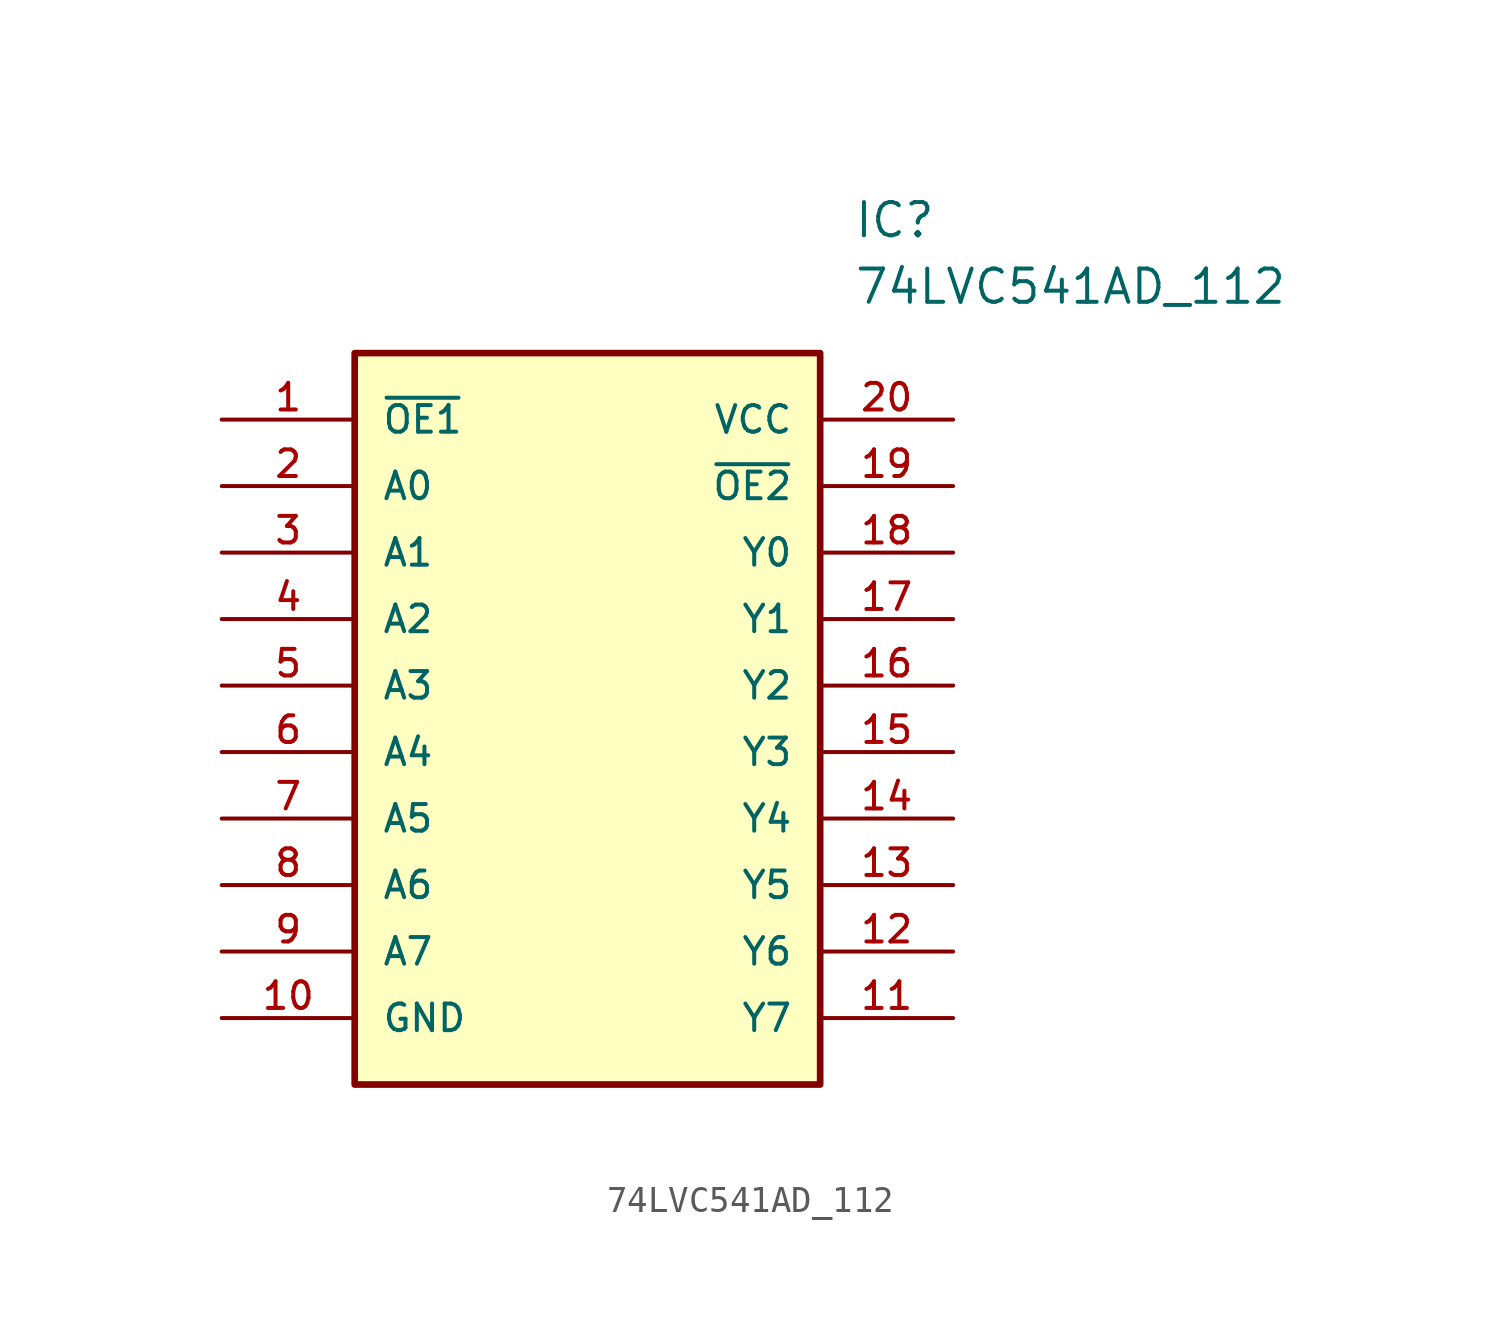
<source format=kicad_sym>
(kicad_symbol_lib
  (version 20231120)
  (generator "kicad_symbol_editor")
  (generator_version "8.0")
  (symbol "74LVC541AD_112"
    (pin_names
      (offset 1.016))
    (property "Reference" "IC"
      (at 24.13 7.62 0)
      (effects (font (size 1.27 1.27)) (justify left)))
    (property "Value" "74LVC541AD_112"
      (at 24.13 5.08 0)
      (effects (font (size 1.27 1.27)) (justify left)))
    (symbol "74LVC541AD_112_0_0"
      (rectangle (start 5.08 2.54) (end 22.86 -25.4) (stroke (width 0.254) (type default)) (fill (type background)))
      (pin bidirectional line (at 27.94 -22.86 180) (length 5.08) (name "Y7" (effects (font (size 1.016 1.016)))) (number "11" (effects (font (size 1.016 1.016)))))
      (pin bidirectional line (at 27.94 -20.32 180) (length 5.08) (name "Y6" (effects (font (size 1.016 1.016)))) (number "12" (effects (font (size 1.016 1.016)))))
      (pin bidirectional line (at 27.94 -17.78 180) (length 5.08) (name "Y5" (effects (font (size 1.016 1.016)))) (number "13" (effects (font (size 1.016 1.016)))))
      (pin bidirectional line (at 27.94 -15.24 180) (length 5.08) (name "Y4" (effects (font (size 1.016 1.016)))) (number "14" (effects (font (size 1.016 1.016)))))
      (pin bidirectional line (at 27.94 -12.7 180) (length 5.08) (name "Y3" (effects (font (size 1.016 1.016)))) (number "15" (effects (font (size 1.016 1.016)))))
      (pin bidirectional line (at 27.94 -10.16 180) (length 5.08) (name "Y2" (effects (font (size 1.016 1.016)))) (number "16" (effects (font (size 1.016 1.016)))))
      (pin bidirectional line (at 27.94 -7.62 180) (length 5.08) (name "Y1" (effects (font (size 1.016 1.016)))) (number "17" (effects (font (size 1.016 1.016)))))
      (pin bidirectional line (at 27.94 -5.08 180) (length 5.08) (name "Y0" (effects (font (size 1.016 1.016)))) (number "18" (effects (font (size 1.016 1.016)))))
      (pin bidirectional line (at 0 -2.54 0) (length 5.08) (name "A0" (effects (font (size 1.016 1.016)))) (number "2" (effects (font (size 1.016 1.016)))))
      (pin bidirectional line (at 0 -5.08 0) (length 5.08) (name "A1" (effects (font (size 1.016 1.016)))) (number "3" (effects (font (size 1.016 1.016)))))
      (pin bidirectional line (at 0 -7.62 0) (length 5.08) (name "A2" (effects (font (size 1.016 1.016)))) (number "4" (effects (font (size 1.016 1.016)))))
      (pin bidirectional line (at 0 -10.16 0) (length 5.08) (name "A3" (effects (font (size 1.016 1.016)))) (number "5" (effects (font (size 1.016 1.016)))))
      (pin bidirectional line (at 0 -12.7 0) (length 5.08) (name "A4" (effects (font (size 1.016 1.016)))) (number "6" (effects (font (size 1.016 1.016)))))
      (pin bidirectional line (at 0 -15.24 0) (length 5.08) (name "A5" (effects (font (size 1.016 1.016)))) (number "7" (effects (font (size 1.016 1.016)))))
      (pin bidirectional line (at 0 -17.78 0) (length 5.08) (name "A6" (effects (font (size 1.016 1.016)))) (number "8" (effects (font (size 1.016 1.016)))))
      (pin bidirectional line (at 0 -20.32 0) (length 5.08) (name "A7" (effects (font (size 1.016 1.016)))) (number "9" (effects (font (size 1.016 1.016))))))
    (symbol "74LVC541AD_112_1_0"
      (pin passive line (at 0 0 0) (length 5.08) (name "~{OE1}" (effects (font (size 1.016 1.016)))) (number "1" (effects (font (size 1.016 1.016)))))
      (pin power_in line (at 0 -22.86 0) (length 5.08) (name "GND" (effects (font (size 1.016 1.016)))) (number "10" (effects (font (size 1.016 1.016)))))
      (pin passive line (at 27.94 -2.54 180) (length 5.08) (name "~{OE2}" (effects (font (size 1.016 1.016)))) (number "19" (effects (font (size 1.016 1.016)))))
      (pin power_in line (at 27.94 0 180) (length 5.08) (name "VCC" (effects (font (size 1.016 1.016)))) (number "20" (effects (font (size 1.016 1.016))))))))
</source>
